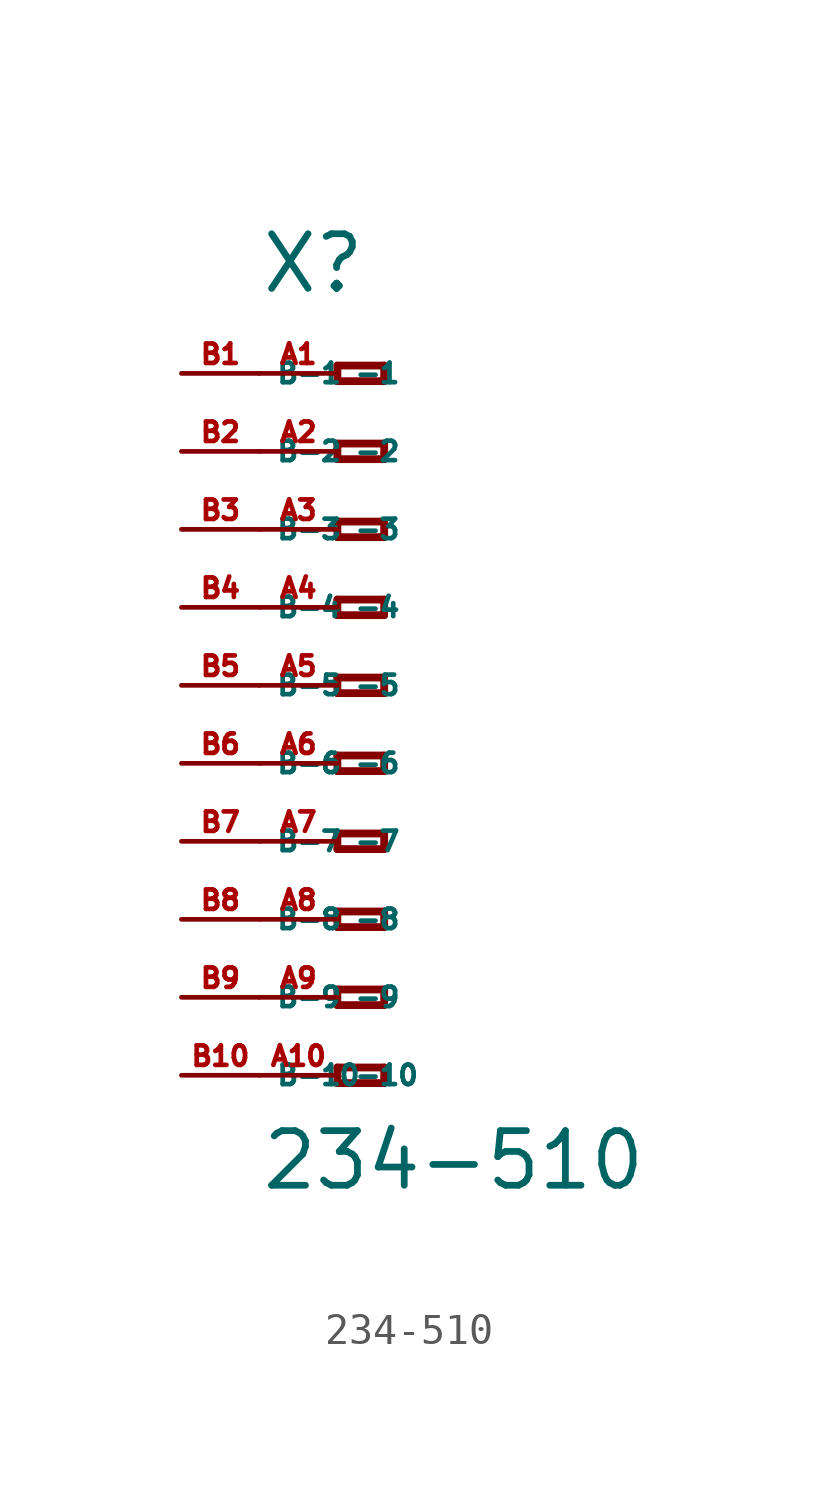
<source format=kicad_sym>
(kicad_symbol_lib
  (version 20220914)
  (generator Eagle2Kicad)
  (symbol "234-510"
    (property "Reference" "X"
      (at -5.08 12.7 0)
      (effects (font (size 1.778 1.778) (thickness 0.22)) (justify left bottom)))
    (property "Value" "234-510"
      (at -5.08 -16.51 0)
      (effects (font (size 1.778 1.778) (thickness 0.22)) (justify left bottom)))
    (polyline
      (pts (xy -2.54 10.414) (xy -2.54 9.906))
      (stroke (width 0.254) (type default))
      (fill (type none)))
    (polyline
      (pts (xy -2.54 9.906) (xy -1.016 9.906))
      (stroke (width 0.254) (type default))
      (fill (type none)))
    (polyline
      (pts (xy -1.016 9.906) (xy -1.016 10.414))
      (stroke (width 0.254) (type default))
      (fill (type none)))
    (polyline
      (pts (xy -1.016 10.414) (xy -2.54 10.414))
      (stroke (width 0.254) (type default))
      (fill (type none)))
    (polyline
      (pts (xy -2.54 7.874) (xy -2.54 7.366))
      (stroke (width 0.254) (type default))
      (fill (type none)))
    (polyline
      (pts (xy -2.54 7.366) (xy -1.016 7.366))
      (stroke (width 0.254) (type default))
      (fill (type none)))
    (polyline
      (pts (xy -1.016 7.366) (xy -1.016 7.874))
      (stroke (width 0.254) (type default))
      (fill (type none)))
    (polyline
      (pts (xy -1.016 7.874) (xy -2.54 7.874))
      (stroke (width 0.254) (type default))
      (fill (type none)))
    (polyline
      (pts (xy -2.54 5.334) (xy -2.54 4.826))
      (stroke (width 0.254) (type default))
      (fill (type none)))
    (polyline
      (pts (xy -2.54 4.826) (xy -1.016 4.826))
      (stroke (width 0.254) (type default))
      (fill (type none)))
    (polyline
      (pts (xy -1.016 4.826) (xy -1.016 5.334))
      (stroke (width 0.254) (type default))
      (fill (type none)))
    (polyline
      (pts (xy -1.016 5.334) (xy -2.54 5.334))
      (stroke (width 0.254) (type default))
      (fill (type none)))
    (polyline
      (pts (xy -2.54 2.794) (xy -2.54 2.286))
      (stroke (width 0.254) (type default))
      (fill (type none)))
    (polyline
      (pts (xy -2.54 2.286) (xy -1.016 2.286))
      (stroke (width 0.254) (type default))
      (fill (type none)))
    (polyline
      (pts (xy -1.016 2.286) (xy -1.016 2.794))
      (stroke (width 0.254) (type default))
      (fill (type none)))
    (polyline
      (pts (xy -1.016 2.794) (xy -2.54 2.794))
      (stroke (width 0.254) (type default))
      (fill (type none)))
    (polyline
      (pts (xy -2.54 0.254) (xy -2.54 -0.254))
      (stroke (width 0.254) (type default))
      (fill (type none)))
    (polyline
      (pts (xy -2.54 -0.254) (xy -1.016 -0.254))
      (stroke (width 0.254) (type default))
      (fill (type none)))
    (polyline
      (pts (xy -1.016 -0.254) (xy -1.016 0.254))
      (stroke (width 0.254) (type default))
      (fill (type none)))
    (polyline
      (pts (xy -1.016 0.254) (xy -2.54 0.254))
      (stroke (width 0.254) (type default))
      (fill (type none)))
    (polyline
      (pts (xy -2.54 -2.286) (xy -2.54 -2.794))
      (stroke (width 0.254) (type default))
      (fill (type none)))
    (polyline
      (pts (xy -2.54 -2.794) (xy -1.016 -2.794))
      (stroke (width 0.254) (type default))
      (fill (type none)))
    (polyline
      (pts (xy -1.016 -2.794) (xy -1.016 -2.286))
      (stroke (width 0.254) (type default))
      (fill (type none)))
    (polyline
      (pts (xy -1.016 -2.286) (xy -2.54 -2.286))
      (stroke (width 0.254) (type default))
      (fill (type none)))
    (polyline
      (pts (xy -2.54 -4.826) (xy -2.54 -5.334))
      (stroke (width 0.254) (type default))
      (fill (type none)))
    (polyline
      (pts (xy -2.54 -5.334) (xy -1.016 -5.334))
      (stroke (width 0.254) (type default))
      (fill (type none)))
    (polyline
      (pts (xy -1.016 -5.334) (xy -1.016 -4.826))
      (stroke (width 0.254) (type default))
      (fill (type none)))
    (polyline
      (pts (xy -1.016 -4.826) (xy -2.54 -4.826))
      (stroke (width 0.254) (type default))
      (fill (type none)))
    (polyline
      (pts (xy -2.54 -7.366) (xy -2.54 -7.874))
      (stroke (width 0.254) (type default))
      (fill (type none)))
    (polyline
      (pts (xy -2.54 -7.874) (xy -1.016 -7.874))
      (stroke (width 0.254) (type default))
      (fill (type none)))
    (polyline
      (pts (xy -1.016 -7.874) (xy -1.016 -7.366))
      (stroke (width 0.254) (type default))
      (fill (type none)))
    (polyline
      (pts (xy -1.016 -7.366) (xy -2.54 -7.366))
      (stroke (width 0.254) (type default))
      (fill (type none)))
    (polyline
      (pts (xy -2.54 -9.906) (xy -2.54 -10.414))
      (stroke (width 0.254) (type default))
      (fill (type none)))
    (polyline
      (pts (xy -2.54 -10.414) (xy -1.016 -10.414))
      (stroke (width 0.254) (type default))
      (fill (type none)))
    (polyline
      (pts (xy -1.016 -10.414) (xy -1.016 -9.906))
      (stroke (width 0.254) (type default))
      (fill (type none)))
    (polyline
      (pts (xy -1.016 -9.906) (xy -2.54 -9.906))
      (stroke (width 0.254) (type default))
      (fill (type none)))
    (polyline
      (pts (xy -2.54 -12.446) (xy -2.54 -12.954))
      (stroke (width 0.254) (type default))
      (fill (type none)))
    (polyline
      (pts (xy -2.54 -12.954) (xy -1.016 -12.954))
      (stroke (width 0.254) (type default))
      (fill (type none)))
    (polyline
      (pts (xy -1.016 -12.954) (xy -1.016 -12.446))
      (stroke (width 0.254) (type default))
      (fill (type none)))
    (polyline
      (pts (xy -1.016 -12.446) (xy -2.54 -12.446))
      (stroke (width 0.254) (type default))
      (fill (type none)))
    (pin passive line
      (at -5.08 10.16 0)
      (length 2.54)
      (name "-1" (effects (font (size 0.635 0.635) (thickness 0.08)) (justify left bottom)))
      (number "A1" (effects (font (size 0.635 0.635) (thickness 0.08)) (justify left bottom))))
    (pin passive line
      (at -5.08 7.62 0)
      (length 2.54)
      (name "-2" (effects (font (size 0.635 0.635) (thickness 0.08)) (justify left bottom)))
      (number "A2" (effects (font (size 0.635 0.635) (thickness 0.08)) (justify left bottom))))
    (pin passive line
      (at -5.08 5.08 0)
      (length 2.54)
      (name "-3" (effects (font (size 0.635 0.635) (thickness 0.08)) (justify left bottom)))
      (number "A3" (effects (font (size 0.635 0.635) (thickness 0.08)) (justify left bottom))))
    (pin passive line
      (at -5.08 2.54 0)
      (length 2.54)
      (name "-4" (effects (font (size 0.635 0.635) (thickness 0.08)) (justify left bottom)))
      (number "A4" (effects (font (size 0.635 0.635) (thickness 0.08)) (justify left bottom))))
    (pin passive line
      (at -5.08 0 0)
      (length 2.54)
      (name "-5" (effects (font (size 0.635 0.635) (thickness 0.08)) (justify left bottom)))
      (number "A5" (effects (font (size 0.635 0.635) (thickness 0.08)) (justify left bottom))))
    (pin passive line
      (at -5.08 -2.54 0)
      (length 2.54)
      (name "-6" (effects (font (size 0.635 0.635) (thickness 0.08)) (justify left bottom)))
      (number "A6" (effects (font (size 0.635 0.635) (thickness 0.08)) (justify left bottom))))
    (pin passive line
      (at -5.08 -5.08 0)
      (length 2.54)
      (name "-7" (effects (font (size 0.635 0.635) (thickness 0.08)) (justify left bottom)))
      (number "A7" (effects (font (size 0.635 0.635) (thickness 0.08)) (justify left bottom))))
    (pin passive line
      (at -5.08 -7.62 0)
      (length 2.54)
      (name "-8" (effects (font (size 0.635 0.635) (thickness 0.08)) (justify left bottom)))
      (number "A8" (effects (font (size 0.635 0.635) (thickness 0.08)) (justify left bottom))))
    (pin passive line
      (at -5.08 -10.16 0)
      (length 2.54)
      (name "-9" (effects (font (size 0.635 0.635) (thickness 0.08)) (justify left bottom)))
      (number "A9" (effects (font (size 0.635 0.635) (thickness 0.08)) (justify left bottom))))
    (pin passive line
      (at -5.08 -12.7 0)
      (length 2.54)
      (name "-10" (effects (font (size 0.635 0.635) (thickness 0.08)) (justify left bottom)))
      (number "A10" (effects (font (size 0.635 0.635) (thickness 0.08)) (justify left bottom))))
    (pin passive line
      (at -7.62 -12.7 0)
      (length 2.54)
      (name "B-10" (effects (font (size 0.635 0.635) (thickness 0.08)) (justify left bottom)))
      (number "B10" (effects (font (size 0.635 0.635) (thickness 0.08)) (justify left bottom))))
    (pin passive line
      (at -7.62 10.16 0)
      (length 2.54)
      (name "B-1" (effects (font (size 0.635 0.635) (thickness 0.08)) (justify left bottom)))
      (number "B1" (effects (font (size 0.635 0.635) (thickness 0.08)) (justify left bottom))))
    (pin passive line
      (at -7.62 7.62 0)
      (length 2.54)
      (name "B-2" (effects (font (size 0.635 0.635) (thickness 0.08)) (justify left bottom)))
      (number "B2" (effects (font (size 0.635 0.635) (thickness 0.08)) (justify left bottom))))
    (pin passive line
      (at -7.62 5.08 0)
      (length 2.54)
      (name "B-3" (effects (font (size 0.635 0.635) (thickness 0.08)) (justify left bottom)))
      (number "B3" (effects (font (size 0.635 0.635) (thickness 0.08)) (justify left bottom))))
    (pin passive line
      (at -7.62 2.54 0)
      (length 2.54)
      (name "B-4" (effects (font (size 0.635 0.635) (thickness 0.08)) (justify left bottom)))
      (number "B4" (effects (font (size 0.635 0.635) (thickness 0.08)) (justify left bottom))))
    (pin passive line
      (at -7.62 0 0)
      (length 2.54)
      (name "B-5" (effects (font (size 0.635 0.635) (thickness 0.08)) (justify left bottom)))
      (number "B5" (effects (font (size 0.635 0.635) (thickness 0.08)) (justify left bottom))))
    (pin passive line
      (at -7.62 -2.54 0)
      (length 2.54)
      (name "B-6" (effects (font (size 0.635 0.635) (thickness 0.08)) (justify left bottom)))
      (number "B6" (effects (font (size 0.635 0.635) (thickness 0.08)) (justify left bottom))))
    (pin passive line
      (at -7.62 -5.08 0)
      (length 2.54)
      (name "B-7" (effects (font (size 0.635 0.635) (thickness 0.08)) (justify left bottom)))
      (number "B7" (effects (font (size 0.635 0.635) (thickness 0.08)) (justify left bottom))))
    (pin passive line
      (at -7.62 -7.62 0)
      (length 2.54)
      (name "B-8" (effects (font (size 0.635 0.635) (thickness 0.08)) (justify left bottom)))
      (number "B8" (effects (font (size 0.635 0.635) (thickness 0.08)) (justify left bottom))))
    (pin passive line
      (at -7.62 -10.16 0)
      (length 2.54)
      (name "B-9" (effects (font (size 0.635 0.635) (thickness 0.08)) (justify left bottom)))
      (number "B9" (effects (font (size 0.635 0.635) (thickness 0.08)) (justify left bottom))))))
</source>
